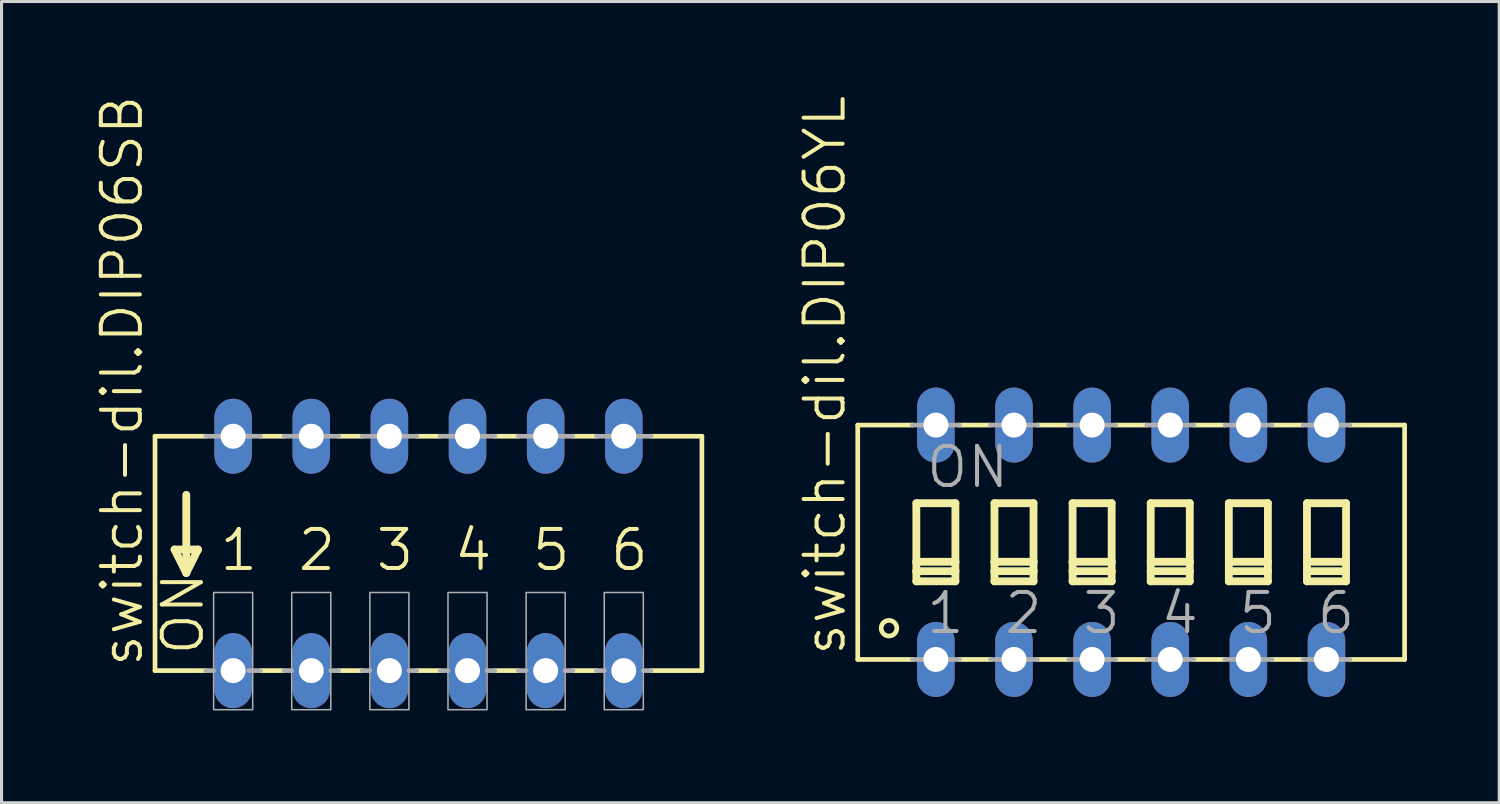
<source format=kicad_pcb>
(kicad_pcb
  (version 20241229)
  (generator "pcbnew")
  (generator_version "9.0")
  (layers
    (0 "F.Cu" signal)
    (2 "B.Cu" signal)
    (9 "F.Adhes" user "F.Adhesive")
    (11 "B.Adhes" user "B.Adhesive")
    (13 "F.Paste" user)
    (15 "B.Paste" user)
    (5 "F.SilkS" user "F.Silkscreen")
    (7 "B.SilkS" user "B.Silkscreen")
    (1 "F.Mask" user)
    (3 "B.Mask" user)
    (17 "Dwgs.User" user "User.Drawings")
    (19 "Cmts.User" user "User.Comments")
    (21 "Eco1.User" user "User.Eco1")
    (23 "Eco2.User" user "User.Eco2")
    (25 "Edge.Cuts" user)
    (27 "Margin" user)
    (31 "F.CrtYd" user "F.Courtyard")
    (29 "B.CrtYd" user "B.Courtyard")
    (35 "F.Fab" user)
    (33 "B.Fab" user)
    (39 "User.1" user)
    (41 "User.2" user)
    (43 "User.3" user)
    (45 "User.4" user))
  (footprint "switch-dil.DIP06SB"
    (layer "F.Cu")
    (at 10.88 14.943)
    (property "Reference" "switch-dil.DIP06SB" (at -9.22 3.759 90) (layer "F.SilkS") (effects (font (size 1.27 1.27) (thickness 0.13)) (justify left bottom)))
    (attr through_hole)
    (fp_line (start -8.89 -3.81) (end -8.89 3.81) (stroke (width 0.152) (type default)) (layer "F.SilkS"))
    (fp_line (start -8.89 -3.81) (end -7.239 -3.81) (stroke (width 0.152) (type default)) (layer "F.SilkS"))
    (fp_line (start -8.89 3.81) (end -7.239 3.81) (stroke (width 0.152) (type default)) (layer "F.SilkS"))
    (fp_line (start -8.255 -0.127) (end -7.874 0.635) (stroke (width 0.254) (type default)) (layer "F.SilkS"))
    (fp_line (start -7.874 -1.905) (end -7.874 0.635) (stroke (width 0.254) (type default)) (layer "F.SilkS"))
    (fp_line (start -7.874 0.635) (end -7.493 -0.127) (stroke (width 0.254) (type default)) (layer "F.SilkS"))
    (fp_line (start -7.493 -0.127) (end -8.255 -0.127) (stroke (width 0.254) (type default)) (layer "F.SilkS"))
    (fp_line (start -5.461 3.81) (end -4.699 3.81) (stroke (width 0.152) (type default)) (layer "F.SilkS"))
    (fp_line (start -4.699 -3.81) (end -5.461 -3.81) (stroke (width 0.152) (type default)) (layer "F.SilkS"))
    (fp_line (start -2.921 3.81) (end -2.159 3.81) (stroke (width 0.152) (type default)) (layer "F.SilkS"))
    (fp_line (start -2.159 -3.81) (end -2.921 -3.81) (stroke (width 0.152) (type default)) (layer "F.SilkS"))
    (fp_line (start -0.381 3.81) (end 0.381 3.81) (stroke (width 0.152) (type default)) (layer "F.SilkS"))
    (fp_line (start 0.381 -3.81) (end -0.381 -3.81) (stroke (width 0.152) (type default)) (layer "F.SilkS"))
    (fp_line (start 2.159 3.81) (end 2.921 3.81) (stroke (width 0.152) (type default)) (layer "F.SilkS"))
    (fp_line (start 2.921 -3.81) (end 2.159 -3.81) (stroke (width 0.152) (type default)) (layer "F.SilkS"))
    (fp_line (start 4.699 3.81) (end 5.461 3.81) (stroke (width 0.152) (type default)) (layer "F.SilkS"))
    (fp_line (start 5.461 -3.81) (end 4.699 -3.81) (stroke (width 0.152) (type default)) (layer "F.SilkS"))
    (fp_line (start 8.89 -3.81) (end 7.239 -3.81) (stroke (width 0.152) (type default)) (layer "F.SilkS"))
    (fp_line (start 8.89 3.81) (end 7.239 3.81) (stroke (width 0.152) (type default)) (layer "F.SilkS"))
    (fp_line (start 8.89 3.81) (end 8.89 -3.81) (stroke (width 0.152) (type default)) (layer "F.SilkS"))
    (fp_line (start -7.239 3.81) (end -6.985 3.81) (stroke (width 0.152) (type default)) (layer "F.Fab"))
    (fp_line (start -5.842 3.81) (end -5.461 3.81) (stroke (width 0.152) (type default)) (layer "F.Fab"))
    (fp_line (start -5.461 -3.81) (end -7.239 -3.81) (stroke (width 0.152) (type default)) (layer "F.Fab"))
    (fp_line (start -4.699 3.81) (end -4.445 3.81) (stroke (width 0.152) (type default)) (layer "F.Fab"))
    (fp_line (start -3.175 3.81) (end -2.921 3.81) (stroke (width 0.152) (type default)) (layer "F.Fab"))
    (fp_line (start -2.921 -3.81) (end -4.699 -3.81) (stroke (width 0.152) (type default)) (layer "F.Fab"))
    (fp_line (start -2.159 3.81) (end -1.905 3.81) (stroke (width 0.152) (type default)) (layer "F.Fab"))
    (fp_line (start -0.635 3.81) (end -0.381 3.81) (stroke (width 0.152) (type default)) (layer "F.Fab"))
    (fp_line (start -0.381 -3.81) (end -2.159 -3.81) (stroke (width 0.152) (type default)) (layer "F.Fab"))
    (fp_line (start 0.381 3.81) (end 0.635 3.81) (stroke (width 0.152) (type default)) (layer "F.Fab"))
    (fp_line (start 1.905 3.81) (end 2.159 3.81) (stroke (width 0.152) (type default)) (layer "F.Fab"))
    (fp_line (start 2.159 -3.81) (end 0.381 -3.81) (stroke (width 0.152) (type default)) (layer "F.Fab"))
    (fp_line (start 2.921 3.81) (end 3.175 3.81) (stroke (width 0.152) (type default)) (layer "F.Fab"))
    (fp_line (start 4.445 3.81) (end 4.699 3.81) (stroke (width 0.152) (type default)) (layer "F.Fab"))
    (fp_line (start 4.699 -3.81) (end 2.921 -3.81) (stroke (width 0.152) (type default)) (layer "F.Fab"))
    (fp_line (start 5.461 3.81) (end 5.715 3.81) (stroke (width 0.152) (type default)) (layer "F.Fab"))
    (fp_line (start 6.985 3.81) (end 7.239 3.81) (stroke (width 0.152) (type default)) (layer "F.Fab"))
    (fp_line (start 7.239 -3.81) (end 5.461 -3.81) (stroke (width 0.152) (type default)) (layer "F.Fab"))
    (fp_rect (start -6.985 5.08) (end -5.715 1.27) (stroke (width 0.05) (type default)) (fill no) (layer "F.Fab"))
    (fp_rect (start -4.445 5.08) (end -3.175 1.27) (stroke (width 0.05) (type default)) (fill no) (layer "F.Fab"))
    (fp_rect (start -1.905 5.08) (end -0.635 1.27) (stroke (width 0.05) (type default)) (fill no) (layer "F.Fab"))
    (fp_rect (start 0.635 5.08) (end 1.905 1.27) (stroke (width 0.05) (type default)) (fill no) (layer "F.Fab"))
    (fp_rect (start 3.175 5.08) (end 4.445 1.27) (stroke (width 0.05) (type default)) (fill no) (layer "F.Fab"))
    (fp_rect (start 5.715 5.08) (end 6.985 1.27) (stroke (width 0.05) (type default)) (fill no) (layer "F.Fab"))
    (fp_text user "6" (at 5.842 0.635 0) (layer "F.SilkS") (effects (font (size 1.27 1.27) (thickness 0.13)) (justify left bottom)))
    (fp_text user "4" (at 0.762 0.635 0) (layer "F.SilkS") (effects (font (size 1.27 1.27) (thickness 0.13)) (justify left bottom)))
    (fp_text user "1" (at -6.858 0.635 0) (layer "F.SilkS") (effects (font (size 1.27 1.27) (thickness 0.13)) (justify left bottom)))
    (fp_text user "2" (at -4.318 0.635 0) (layer "F.SilkS") (effects (font (size 1.27 1.27) (thickness 0.13)) (justify left bottom)))
    (fp_text user "5" (at 3.302 0.635 0) (layer "F.SilkS") (effects (font (size 1.27 1.27) (thickness 0.13)) (justify left bottom)))
    (fp_text user "ON" (at -7.239 3.378 90) (layer "F.SilkS") (effects (font (size 1.27 1.27) (thickness 0.13)) (justify left bottom)))
    (fp_text user "3" (at -1.778 0.635 0) (layer "F.SilkS") (effects (font (size 1.27 1.27) (thickness 0.13)) (justify left bottom)))
    (pad "1" thru_hole oval (at -6.35 3.81 90) (size 2.438 1.219) (drill 0.813) (layers "*.Cu" "*.Mask"))
    (pad "2" thru_hole oval (at -3.81 3.81 90) (size 2.438 1.219) (drill 0.813) (layers "*.Cu" "*.Mask"))
    (pad "3" thru_hole oval (at -1.27 3.81 90) (size 2.438 1.219) (drill 0.813) (layers "*.Cu" "*.Mask"))
    (pad "4" thru_hole oval (at 1.27 3.81 90) (size 2.438 1.219) (drill 0.813) (layers "*.Cu" "*.Mask"))
    (pad "5" thru_hole oval (at 3.81 3.81 90) (size 2.438 1.219) (drill 0.813) (layers "*.Cu" "*.Mask"))
    (pad "6" thru_hole oval (at 6.35 3.81 90) (size 2.438 1.219) (drill 0.813) (layers "*.Cu" "*.Mask"))
    (pad "7" thru_hole oval (at 6.35 -3.81 90) (size 2.438 1.219) (drill 0.813) (layers "*.Cu" "*.Mask"))
    (pad "8" thru_hole oval (at 3.81 -3.81 90) (size 2.438 1.219) (drill 0.813) (layers "*.Cu" "*.Mask"))
    (pad "9" thru_hole oval (at 1.27 -3.81 90) (size 2.438 1.219) (drill 0.813) (layers "*.Cu" "*.Mask"))
    (pad "10" thru_hole oval (at -1.27 -3.81 90) (size 2.438 1.219) (drill 0.813) (layers "*.Cu" "*.Mask"))
    (pad "11" thru_hole oval (at -3.81 -3.81 90) (size 2.438 1.219) (drill 0.813) (layers "*.Cu" "*.Mask"))
    (pad "12" thru_hole oval (at -6.35 -3.81 90) (size 2.438 1.219) (drill 0.813) (layers "*.Cu" "*.Mask")))
  (footprint "switch-dil.DIP06YL"
    (layer "F.Cu")
    (at 33.727 14.58)
    (property "Reference" "switch-dil.DIP06YL" (at -9.22 3.759 90) (layer "F.SilkS") (effects (font (size 1.27 1.27) (thickness 0.13)) (justify left bottom)))
    (attr through_hole)
    (fp_line (start -8.89 -3.81) (end -8.89 3.81) (stroke (width 0.152) (type default)) (layer "F.SilkS"))
    (fp_line (start -8.89 -3.81) (end -7.112 -3.81) (stroke (width 0.152) (type default)) (layer "F.SilkS"))
    (fp_line (start -8.89 3.81) (end -7.112 3.81) (stroke (width 0.152) (type default)) (layer "F.SilkS"))
    (fp_line (start -6.985 -1.27) (end -6.985 0.635) (stroke (width 0.254) (type default)) (layer "F.SilkS"))
    (fp_line (start -6.985 0.635) (end -6.985 0.94) (stroke (width 0.254) (type default)) (layer "F.SilkS"))
    (fp_line (start -6.985 0.635) (end -5.715 0.635) (stroke (width 0.254) (type default)) (layer "F.SilkS"))
    (fp_line (start -6.985 0.94) (end -6.985 1.27) (stroke (width 0.254) (type default)) (layer "F.SilkS"))
    (fp_line (start -6.985 0.94) (end -5.715 0.94) (stroke (width 0.254) (type default)) (layer "F.SilkS"))
    (fp_line (start -6.985 1.27) (end -5.715 1.27) (stroke (width 0.254) (type default)) (layer "F.SilkS"))
    (fp_line (start -5.715 -1.27) (end -6.985 -1.27) (stroke (width 0.254) (type default)) (layer "F.SilkS"))
    (fp_line (start -5.715 0.635) (end -5.715 -1.27) (stroke (width 0.254) (type default)) (layer "F.SilkS"))
    (fp_line (start -5.715 0.94) (end -5.715 0.635) (stroke (width 0.254) (type default)) (layer "F.SilkS"))
    (fp_line (start -5.715 1.27) (end -5.715 0.94) (stroke (width 0.254) (type default)) (layer "F.SilkS"))
    (fp_line (start -5.588 3.81) (end -4.572 3.81) (stroke (width 0.152) (type default)) (layer "F.SilkS"))
    (fp_line (start -4.572 -3.81) (end -5.588 -3.81) (stroke (width 0.152) (type default)) (layer "F.SilkS"))
    (fp_line (start -4.445 -1.27) (end -4.445 0.635) (stroke (width 0.254) (type default)) (layer "F.SilkS"))
    (fp_line (start -4.445 0.635) (end -4.445 0.94) (stroke (width 0.254) (type default)) (layer "F.SilkS"))
    (fp_line (start -4.445 0.635) (end -3.175 0.635) (stroke (width 0.254) (type default)) (layer "F.SilkS"))
    (fp_line (start -4.445 0.94) (end -4.445 1.27) (stroke (width 0.254) (type default)) (layer "F.SilkS"))
    (fp_line (start -4.445 0.94) (end -3.175 0.94) (stroke (width 0.254) (type default)) (layer "F.SilkS"))
    (fp_line (start -4.445 1.27) (end -3.175 1.27) (stroke (width 0.254) (type default)) (layer "F.SilkS"))
    (fp_line (start -3.175 -1.27) (end -4.445 -1.27) (stroke (width 0.254) (type default)) (layer "F.SilkS"))
    (fp_line (start -3.175 0.635) (end -3.175 -1.27) (stroke (width 0.254) (type default)) (layer "F.SilkS"))
    (fp_line (start -3.175 0.94) (end -3.175 0.635) (stroke (width 0.254) (type default)) (layer "F.SilkS"))
    (fp_line (start -3.175 1.27) (end -3.175 0.94) (stroke (width 0.254) (type default)) (layer "F.SilkS"))
    (fp_line (start -3.048 3.81) (end -2.032 3.81) (stroke (width 0.152) (type default)) (layer "F.SilkS"))
    (fp_line (start -2.032 -3.81) (end -3.048 -3.81) (stroke (width 0.152) (type default)) (layer "F.SilkS"))
    (fp_line (start -1.905 -1.27) (end -1.905 0.635) (stroke (width 0.254) (type default)) (layer "F.SilkS"))
    (fp_line (start -1.905 0.635) (end -1.905 0.94) (stroke (width 0.254) (type default)) (layer "F.SilkS"))
    (fp_line (start -1.905 0.635) (end -0.635 0.635) (stroke (width 0.254) (type default)) (layer "F.SilkS"))
    (fp_line (start -1.905 0.94) (end -1.905 1.27) (stroke (width 0.254) (type default)) (layer "F.SilkS"))
    (fp_line (start -1.905 0.94) (end -0.635 0.94) (stroke (width 0.254) (type default)) (layer "F.SilkS"))
    (fp_line (start -1.905 1.27) (end -0.635 1.27) (stroke (width 0.254) (type default)) (layer "F.SilkS"))
    (fp_line (start -0.635 -1.27) (end -1.905 -1.27) (stroke (width 0.254) (type default)) (layer "F.SilkS"))
    (fp_line (start -0.635 0.635) (end -0.635 -1.27) (stroke (width 0.254) (type default)) (layer "F.SilkS"))
    (fp_line (start -0.635 0.94) (end -0.635 0.635) (stroke (width 0.254) (type default)) (layer "F.SilkS"))
    (fp_line (start -0.635 1.27) (end -0.635 0.94) (stroke (width 0.254) (type default)) (layer "F.SilkS"))
    (fp_line (start -0.508 3.81) (end 0.508 3.81) (stroke (width 0.152) (type default)) (layer "F.SilkS"))
    (fp_line (start 0.508 -3.81) (end -0.508 -3.81) (stroke (width 0.152) (type default)) (layer "F.SilkS"))
    (fp_line (start 0.635 -1.27) (end 0.635 0.635) (stroke (width 0.254) (type default)) (layer "F.SilkS"))
    (fp_line (start 0.635 0.635) (end 0.635 0.94) (stroke (width 0.254) (type default)) (layer "F.SilkS"))
    (fp_line (start 0.635 0.635) (end 1.905 0.635) (stroke (width 0.254) (type default)) (layer "F.SilkS"))
    (fp_line (start 0.635 0.94) (end 0.635 1.27) (stroke (width 0.254) (type default)) (layer "F.SilkS"))
    (fp_line (start 0.635 0.94) (end 1.905 0.94) (stroke (width 0.254) (type default)) (layer "F.SilkS"))
    (fp_line (start 0.635 1.27) (end 1.905 1.27) (stroke (width 0.254) (type default)) (layer "F.SilkS"))
    (fp_line (start 1.905 -1.27) (end 0.635 -1.27) (stroke (width 0.254) (type default)) (layer "F.SilkS"))
    (fp_line (start 1.905 0.635) (end 1.905 -1.27) (stroke (width 0.254) (type default)) (layer "F.SilkS"))
    (fp_line (start 1.905 0.94) (end 1.905 0.635) (stroke (width 0.254) (type default)) (layer "F.SilkS"))
    (fp_line (start 1.905 1.27) (end 1.905 0.94) (stroke (width 0.254) (type default)) (layer "F.SilkS"))
    (fp_line (start 2.032 3.81) (end 3.048 3.81) (stroke (width 0.152) (type default)) (layer "F.SilkS"))
    (fp_line (start 3.048 -3.81) (end 2.032 -3.81) (stroke (width 0.152) (type default)) (layer "F.SilkS"))
    (fp_line (start 3.175 -1.27) (end 3.175 0.635) (stroke (width 0.254) (type default)) (layer "F.SilkS"))
    (fp_line (start 3.175 0.635) (end 3.175 0.94) (stroke (width 0.254) (type default)) (layer "F.SilkS"))
    (fp_line (start 3.175 0.635) (end 4.445 0.635) (stroke (width 0.254) (type default)) (layer "F.SilkS"))
    (fp_line (start 3.175 0.94) (end 3.175 1.27) (stroke (width 0.254) (type default)) (layer "F.SilkS"))
    (fp_line (start 3.175 0.94) (end 4.445 0.94) (stroke (width 0.254) (type default)) (layer "F.SilkS"))
    (fp_line (start 3.175 1.27) (end 4.445 1.27) (stroke (width 0.254) (type default)) (layer "F.SilkS"))
    (fp_line (start 4.445 -1.27) (end 3.175 -1.27) (stroke (width 0.254) (type default)) (layer "F.SilkS"))
    (fp_line (start 4.445 0.635) (end 4.445 -1.27) (stroke (width 0.254) (type default)) (layer "F.SilkS"))
    (fp_line (start 4.445 0.94) (end 4.445 0.635) (stroke (width 0.254) (type default)) (layer "F.SilkS"))
    (fp_line (start 4.445 1.27) (end 4.445 0.94) (stroke (width 0.254) (type default)) (layer "F.SilkS"))
    (fp_line (start 4.572 3.81) (end 5.588 3.81) (stroke (width 0.152) (type default)) (layer "F.SilkS"))
    (fp_line (start 5.588 -3.81) (end 4.572 -3.81) (stroke (width 0.152) (type default)) (layer "F.SilkS"))
    (fp_line (start 5.715 -1.27) (end 5.715 0.635) (stroke (width 0.254) (type default)) (layer "F.SilkS"))
    (fp_line (start 5.715 0.635) (end 5.715 0.94) (stroke (width 0.254) (type default)) (layer "F.SilkS"))
    (fp_line (start 5.715 0.635) (end 6.985 0.635) (stroke (width 0.254) (type default)) (layer "F.SilkS"))
    (fp_line (start 5.715 0.94) (end 5.715 1.27) (stroke (width 0.254) (type default)) (layer "F.SilkS"))
    (fp_line (start 5.715 0.94) (end 6.985 0.94) (stroke (width 0.254) (type default)) (layer "F.SilkS"))
    (fp_line (start 5.715 1.27) (end 6.985 1.27) (stroke (width 0.254) (type default)) (layer "F.SilkS"))
    (fp_line (start 6.985 -1.27) (end 5.715 -1.27) (stroke (width 0.254) (type default)) (layer "F.SilkS"))
    (fp_line (start 6.985 0.635) (end 6.985 -1.27) (stroke (width 0.254) (type default)) (layer "F.SilkS"))
    (fp_line (start 6.985 0.94) (end 6.985 0.635) (stroke (width 0.254) (type default)) (layer "F.SilkS"))
    (fp_line (start 6.985 1.27) (end 6.985 0.94) (stroke (width 0.254) (type default)) (layer "F.SilkS"))
    (fp_line (start 8.89 -3.81) (end 7.112 -3.81) (stroke (width 0.152) (type default)) (layer "F.SilkS"))
    (fp_line (start 8.89 3.81) (end 7.112 3.81) (stroke (width 0.152) (type default)) (layer "F.SilkS"))
    (fp_line (start 8.89 3.81) (end 8.89 -3.81) (stroke (width 0.152) (type default)) (layer "F.SilkS"))
    (fp_circle (center -7.874 2.794) (end -7.62 2.794) (stroke (width 0.152) (type default)) (fill no) (layer "F.SilkS"))
    (fp_line (start -7.112 3.81) (end -5.588 3.81) (stroke (width 0.152) (type default)) (layer "F.Fab"))
    (fp_line (start -5.588 -3.81) (end -7.112 -3.81) (stroke (width 0.152) (type default)) (layer "F.Fab"))
    (fp_line (start -4.572 3.81) (end -3.048 3.81) (stroke (width 0.152) (type default)) (layer "F.Fab"))
    (fp_line (start -3.048 -3.81) (end -4.572 -3.81) (stroke (width 0.152) (type default)) (layer "F.Fab"))
    (fp_line (start -2.032 3.81) (end -0.508 3.81) (stroke (width 0.152) (type default)) (layer "F.Fab"))
    (fp_line (start -0.508 -3.81) (end -2.032 -3.81) (stroke (width 0.152) (type default)) (layer "F.Fab"))
    (fp_line (start 0.508 3.81) (end 2.032 3.81) (stroke (width 0.152) (type default)) (layer "F.Fab"))
    (fp_line (start 2.032 -3.81) (end 0.508 -3.81) (stroke (width 0.152) (type default)) (layer "F.Fab"))
    (fp_line (start 3.048 3.81) (end 4.572 3.81) (stroke (width 0.152) (type default)) (layer "F.Fab"))
    (fp_line (start 4.572 -3.81) (end 3.048 -3.81) (stroke (width 0.152) (type default)) (layer "F.Fab"))
    (fp_line (start 5.588 3.81) (end 7.112 3.81) (stroke (width 0.152) (type default)) (layer "F.Fab"))
    (fp_line (start 7.112 -3.81) (end 5.588 -3.81) (stroke (width 0.152) (type default)) (layer "F.Fab"))
    (fp_text user "3" (at -1.651 3.048 0) (layer "F.Fab") (effects (font (size 1.27 1.27) (thickness 0.13)) (justify left bottom)))
    (fp_text user "6" (at 5.969 3.048 0) (layer "F.Fab") (effects (font (size 1.27 1.27) (thickness 0.13)) (justify left bottom)))
    (fp_text user "ON" (at -6.731 -1.702 0) (layer "F.Fab") (effects (font (size 1.27 1.27) (thickness 0.13)) (justify left bottom)))
    (fp_text user "4" (at 0.889 3.048 0) (layer "F.Fab") (effects (font (size 1.27 1.27) (thickness 0.13)) (justify left bottom)))
    (fp_text user "1" (at -6.731 3.048 0) (layer "F.Fab") (effects (font (size 1.27 1.27) (thickness 0.13)) (justify left bottom)))
    (fp_text user "2" (at -4.191 3.048 0) (layer "F.Fab") (effects (font (size 1.27 1.27) (thickness 0.13)) (justify left bottom)))
    (fp_text user "5" (at 3.429 3.048 0) (layer "F.Fab") (effects (font (size 1.27 1.27) (thickness 0.13)) (justify left bottom)))
    (pad "1" thru_hole oval (at -6.35 3.81 90) (size 2.438 1.219) (drill 0.813) (layers "*.Cu" "*.Mask"))
    (pad "2" thru_hole oval (at -3.81 3.81 90) (size 2.438 1.219) (drill 0.813) (layers "*.Cu" "*.Mask"))
    (pad "3" thru_hole oval (at -1.27 3.81 90) (size 2.438 1.219) (drill 0.813) (layers "*.Cu" "*.Mask"))
    (pad "4" thru_hole oval (at 1.27 3.81 90) (size 2.438 1.219) (drill 0.813) (layers "*.Cu" "*.Mask"))
    (pad "5" thru_hole oval (at 3.81 3.81 90) (size 2.438 1.219) (drill 0.813) (layers "*.Cu" "*.Mask"))
    (pad "6" thru_hole oval (at 6.35 3.81 90) (size 2.438 1.219) (drill 0.813) (layers "*.Cu" "*.Mask"))
    (pad "7" thru_hole oval (at 6.35 -3.81 90) (size 2.438 1.219) (drill 0.813) (layers "*.Cu" "*.Mask"))
    (pad "8" thru_hole oval (at 3.81 -3.81 90) (size 2.438 1.219) (drill 0.813) (layers "*.Cu" "*.Mask"))
    (pad "9" thru_hole oval (at 1.27 -3.81 90) (size 2.438 1.219) (drill 0.813) (layers "*.Cu" "*.Mask"))
    (pad "10" thru_hole oval (at -1.27 -3.81 90) (size 2.438 1.219) (drill 0.813) (layers "*.Cu" "*.Mask"))
    (pad "11" thru_hole oval (at -3.81 -3.81 90) (size 2.438 1.219) (drill 0.813) (layers "*.Cu" "*.Mask"))
    (pad "12" thru_hole oval (at -6.35 -3.81 90) (size 2.438 1.219) (drill 0.813) (layers "*.Cu" "*.Mask")))
  (gr_rect
    (start -3 -3)
    (end 45.693 23.048)
    (stroke (width 0.1) (type default))
    (fill no)
    (layer "Edge.Cuts")))
</source>
